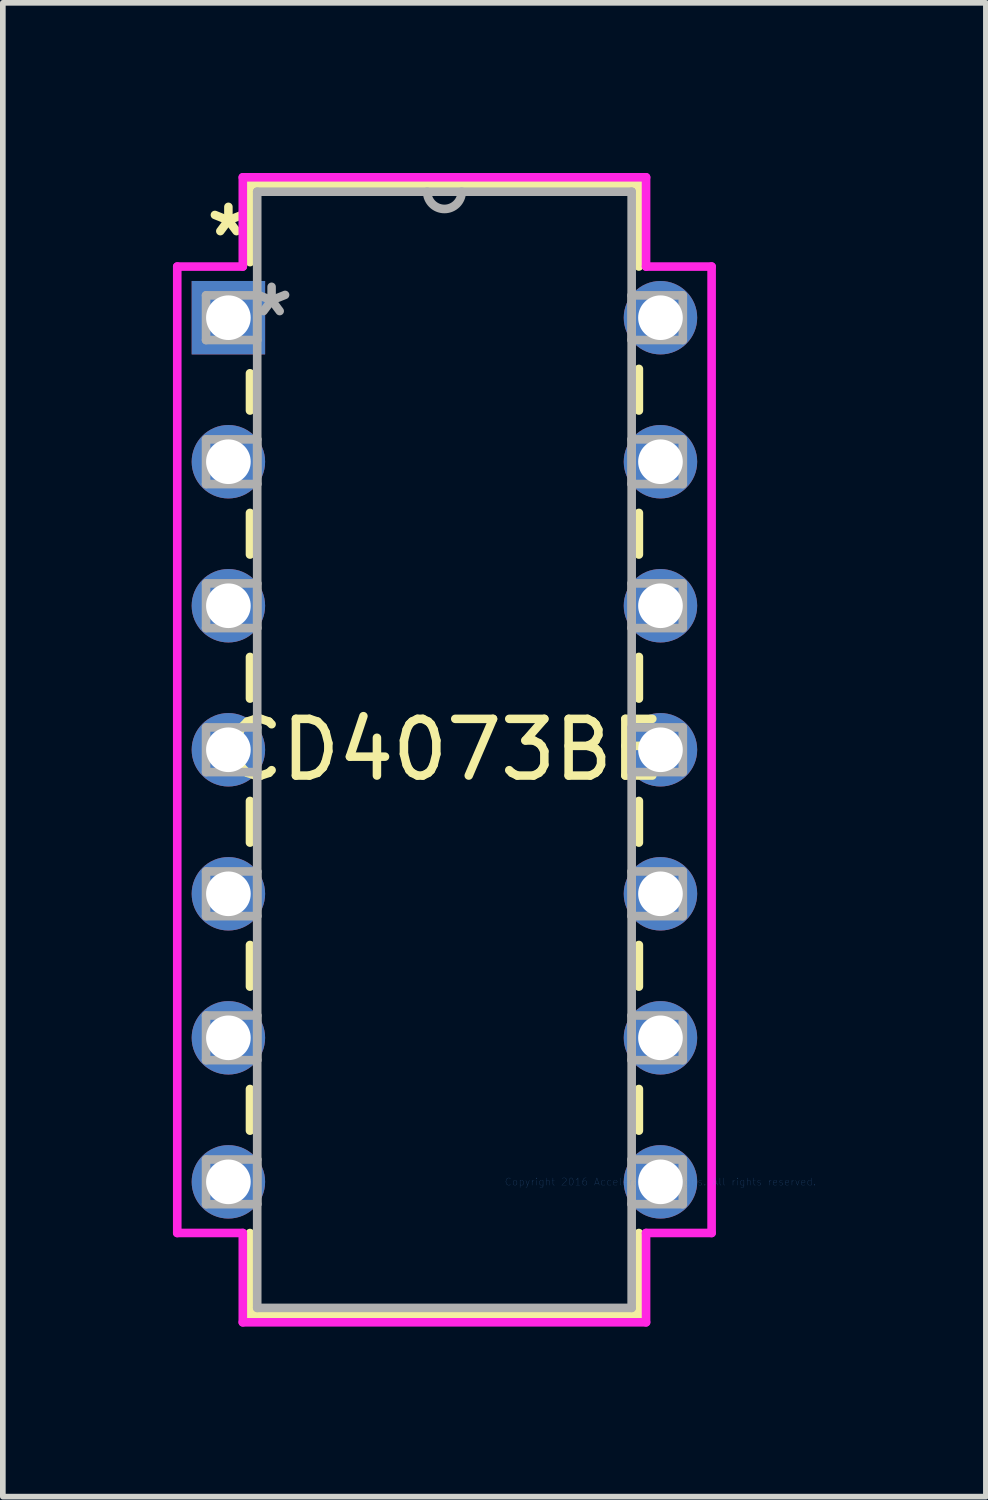
<source format=kicad_pcb>
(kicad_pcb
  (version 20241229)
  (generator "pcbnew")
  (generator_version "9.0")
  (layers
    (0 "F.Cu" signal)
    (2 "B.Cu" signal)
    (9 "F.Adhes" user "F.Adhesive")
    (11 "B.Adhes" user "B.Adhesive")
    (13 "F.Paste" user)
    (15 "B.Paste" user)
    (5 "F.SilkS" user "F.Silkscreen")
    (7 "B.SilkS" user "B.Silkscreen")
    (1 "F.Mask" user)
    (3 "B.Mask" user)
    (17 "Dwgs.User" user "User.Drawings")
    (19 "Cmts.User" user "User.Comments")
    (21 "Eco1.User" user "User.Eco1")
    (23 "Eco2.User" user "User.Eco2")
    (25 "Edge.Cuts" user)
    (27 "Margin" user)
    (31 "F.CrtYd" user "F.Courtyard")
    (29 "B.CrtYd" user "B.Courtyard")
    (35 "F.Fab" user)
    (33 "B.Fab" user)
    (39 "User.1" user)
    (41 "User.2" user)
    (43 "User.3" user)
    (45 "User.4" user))
  (footprint "CD4073BE"
    (layer "F.Cu")
    (at 8.598 17.793)
    (property "Reference" "CD4073BE" (at -3.81 -7.62 0) (layer "F.SilkS") (effects (font (size 1 1) (thickness 0.15))))
    (attr through_hole)
    (fp_line (start -7.239 -17.59) (end -7.239 -16.22) (stroke (width 0.152) (type solid)) (layer "F.SilkS"))
    (fp_line (start -7.239 -14.26) (end -7.239 -13.603) (stroke (width 0.152) (type solid)) (layer "F.SilkS"))
    (fp_line (start -7.239 -11.797) (end -7.239 -11.063) (stroke (width 0.152) (type solid)) (layer "F.SilkS"))
    (fp_line (start -7.239 -9.257) (end -7.239 -8.523) (stroke (width 0.152) (type solid)) (layer "F.SilkS"))
    (fp_line (start -7.239 -6.717) (end -7.239 -5.983) (stroke (width 0.152) (type solid)) (layer "F.SilkS"))
    (fp_line (start -7.239 -4.177) (end -7.239 -3.443) (stroke (width 0.152) (type solid)) (layer "F.SilkS"))
    (fp_line (start -7.239 -1.637) (end -7.239 -0.903) (stroke (width 0.152) (type solid)) (layer "F.SilkS"))
    (fp_line (start -7.239 0.903) (end -7.239 2.349) (stroke (width 0.152) (type solid)) (layer "F.SilkS"))
    (fp_line (start -7.239 2.349) (end -0.381 2.349) (stroke (width 0.152) (type solid)) (layer "F.SilkS"))
    (fp_line (start -0.381 -17.59) (end -7.239 -17.59) (stroke (width 0.152) (type solid)) (layer "F.SilkS"))
    (fp_line (start -0.381 -16.143) (end -0.381 -17.59) (stroke (width 0.152) (type solid)) (layer "F.SilkS"))
    (fp_line (start -0.381 -13.603) (end -0.381 -14.337) (stroke (width 0.152) (type solid)) (layer "F.SilkS"))
    (fp_line (start -0.381 -11.063) (end -0.381 -11.797) (stroke (width 0.152) (type solid)) (layer "F.SilkS"))
    (fp_line (start -0.381 -8.523) (end -0.381 -9.257) (stroke (width 0.152) (type solid)) (layer "F.SilkS"))
    (fp_line (start -0.381 -5.983) (end -0.381 -6.717) (stroke (width 0.152) (type solid)) (layer "F.SilkS"))
    (fp_line (start -0.381 -3.443) (end -0.381 -4.177) (stroke (width 0.152) (type solid)) (layer "F.SilkS"))
    (fp_line (start -0.381 -0.903) (end -0.381 -1.637) (stroke (width 0.152) (type solid)) (layer "F.SilkS"))
    (fp_line (start -0.381 2.349) (end -0.381 0.903) (stroke (width 0.152) (type solid)) (layer "F.SilkS"))
    (fp_line (start -8.522 -16.142) (end -8.522 0.902) (stroke (width 0.152) (type solid)) (layer "F.CrtYd"))
    (fp_line (start -8.522 0.902) (end -7.366 0.902) (stroke (width 0.152) (type solid)) (layer "F.CrtYd"))
    (fp_line (start -7.366 -17.716) (end -7.366 -16.142) (stroke (width 0.152) (type solid)) (layer "F.CrtYd"))
    (fp_line (start -7.366 -16.142) (end -8.522 -16.142) (stroke (width 0.152) (type solid)) (layer "F.CrtYd"))
    (fp_line (start -7.366 0.902) (end -7.366 2.477) (stroke (width 0.152) (type solid)) (layer "F.CrtYd"))
    (fp_line (start -7.366 2.477) (end -0.254 2.477) (stroke (width 0.152) (type solid)) (layer "F.CrtYd"))
    (fp_line (start -0.254 -17.716) (end -7.366 -17.716) (stroke (width 0.152) (type solid)) (layer "F.CrtYd"))
    (fp_line (start -0.254 -16.142) (end -0.254 -17.716) (stroke (width 0.152) (type solid)) (layer "F.CrtYd"))
    (fp_line (start -0.254 0.902) (end 0.902 0.902) (stroke (width 0.152) (type solid)) (layer "F.CrtYd"))
    (fp_line (start -0.254 2.477) (end -0.254 0.902) (stroke (width 0.152) (type solid)) (layer "F.CrtYd"))
    (fp_line (start 0.902 -16.142) (end -0.254 -16.142) (stroke (width 0.152) (type solid)) (layer "F.CrtYd"))
    (fp_line (start 0.902 0.902) (end 0.902 -16.142) (stroke (width 0.152) (type solid)) (layer "F.CrtYd"))
    (fp_line (start -8.014 -15.634) (end -8.014 -14.846) (stroke (width 0.152) (type solid)) (layer "F.Fab"))
    (fp_line (start -8.014 -14.846) (end -7.112 -14.846) (stroke (width 0.152) (type solid)) (layer "F.Fab"))
    (fp_line (start -8.014 -13.094) (end -8.014 -12.306) (stroke (width 0.152) (type solid)) (layer "F.Fab"))
    (fp_line (start -8.014 -12.306) (end -7.112 -12.306) (stroke (width 0.152) (type solid)) (layer "F.Fab"))
    (fp_line (start -8.014 -10.554) (end -8.014 -9.766) (stroke (width 0.152) (type solid)) (layer "F.Fab"))
    (fp_line (start -8.014 -9.766) (end -7.112 -9.766) (stroke (width 0.152) (type solid)) (layer "F.Fab"))
    (fp_line (start -8.014 -8.014) (end -8.014 -7.226) (stroke (width 0.152) (type solid)) (layer "F.Fab"))
    (fp_line (start -8.014 -7.226) (end -7.112 -7.226) (stroke (width 0.152) (type solid)) (layer "F.Fab"))
    (fp_line (start -8.014 -5.474) (end -8.014 -4.686) (stroke (width 0.152) (type solid)) (layer "F.Fab"))
    (fp_line (start -8.014 -4.686) (end -7.112 -4.686) (stroke (width 0.152) (type solid)) (layer "F.Fab"))
    (fp_line (start -8.014 -2.934) (end -8.014 -2.146) (stroke (width 0.152) (type solid)) (layer "F.Fab"))
    (fp_line (start -8.014 -2.146) (end -7.112 -2.146) (stroke (width 0.152) (type solid)) (layer "F.Fab"))
    (fp_line (start -8.014 -0.394) (end -8.014 0.394) (stroke (width 0.152) (type solid)) (layer "F.Fab"))
    (fp_line (start -8.014 0.394) (end -7.112 0.394) (stroke (width 0.152) (type solid)) (layer "F.Fab"))
    (fp_line (start -7.112 -17.462) (end -7.112 2.223) (stroke (width 0.152) (type solid)) (layer "F.Fab"))
    (fp_line (start -7.112 -15.634) (end -8.014 -15.634) (stroke (width 0.152) (type solid)) (layer "F.Fab"))
    (fp_line (start -7.112 -14.846) (end -7.112 -15.634) (stroke (width 0.152) (type solid)) (layer "F.Fab"))
    (fp_line (start -7.112 -13.094) (end -8.014 -13.094) (stroke (width 0.152) (type solid)) (layer "F.Fab"))
    (fp_line (start -7.112 -12.306) (end -7.112 -13.094) (stroke (width 0.152) (type solid)) (layer "F.Fab"))
    (fp_line (start -7.112 -10.554) (end -8.014 -10.554) (stroke (width 0.152) (type solid)) (layer "F.Fab"))
    (fp_line (start -7.112 -9.766) (end -7.112 -10.554) (stroke (width 0.152) (type solid)) (layer "F.Fab"))
    (fp_line (start -7.112 -8.014) (end -8.014 -8.014) (stroke (width 0.152) (type solid)) (layer "F.Fab"))
    (fp_line (start -7.112 -7.226) (end -7.112 -8.014) (stroke (width 0.152) (type solid)) (layer "F.Fab"))
    (fp_line (start -7.112 -5.474) (end -8.014 -5.474) (stroke (width 0.152) (type solid)) (layer "F.Fab"))
    (fp_line (start -7.112 -4.686) (end -7.112 -5.474) (stroke (width 0.152) (type solid)) (layer "F.Fab"))
    (fp_line (start -7.112 -2.934) (end -8.014 -2.934) (stroke (width 0.152) (type solid)) (layer "F.Fab"))
    (fp_line (start -7.112 -2.146) (end -7.112 -2.934) (stroke (width 0.152) (type solid)) (layer "F.Fab"))
    (fp_line (start -7.112 -0.394) (end -8.014 -0.394) (stroke (width 0.152) (type solid)) (layer "F.Fab"))
    (fp_line (start -7.112 0.394) (end -7.112 -0.394) (stroke (width 0.152) (type solid)) (layer "F.Fab"))
    (fp_line (start -7.112 2.223) (end -0.508 2.223) (stroke (width 0.152) (type solid)) (layer "F.Fab"))
    (fp_line (start -0.508 -17.462) (end -7.112 -17.462) (stroke (width 0.152) (type solid)) (layer "F.Fab"))
    (fp_line (start -0.508 -15.634) (end -0.508 -14.846) (stroke (width 0.152) (type solid)) (layer "F.Fab"))
    (fp_line (start -0.508 -14.846) (end 0.394 -14.846) (stroke (width 0.152) (type solid)) (layer "F.Fab"))
    (fp_line (start -0.508 -13.094) (end -0.508 -12.306) (stroke (width 0.152) (type solid)) (layer "F.Fab"))
    (fp_line (start -0.508 -12.306) (end 0.394 -12.306) (stroke (width 0.152) (type solid)) (layer "F.Fab"))
    (fp_line (start -0.508 -10.554) (end -0.508 -9.766) (stroke (width 0.152) (type solid)) (layer "F.Fab"))
    (fp_line (start -0.508 -9.766) (end 0.394 -9.766) (stroke (width 0.152) (type solid)) (layer "F.Fab"))
    (fp_line (start -0.508 -8.014) (end -0.508 -7.226) (stroke (width 0.152) (type solid)) (layer "F.Fab"))
    (fp_line (start -0.508 -7.226) (end 0.394 -7.226) (stroke (width 0.152) (type solid)) (layer "F.Fab"))
    (fp_line (start -0.508 -5.474) (end -0.508 -4.686) (stroke (width 0.152) (type solid)) (layer "F.Fab"))
    (fp_line (start -0.508 -4.686) (end 0.394 -4.686) (stroke (width 0.152) (type solid)) (layer "F.Fab"))
    (fp_line (start -0.508 -2.934) (end -0.508 -2.146) (stroke (width 0.152) (type solid)) (layer "F.Fab"))
    (fp_line (start -0.508 -2.146) (end 0.394 -2.146) (stroke (width 0.152) (type solid)) (layer "F.Fab"))
    (fp_line (start -0.508 -0.394) (end -0.508 0.394) (stroke (width 0.152) (type solid)) (layer "F.Fab"))
    (fp_line (start -0.508 0.394) (end 0.394 0.394) (stroke (width 0.152) (type solid)) (layer "F.Fab"))
    (fp_line (start -0.508 2.223) (end -0.508 -17.462) (stroke (width 0.152) (type solid)) (layer "F.Fab"))
    (fp_line (start 0.394 -15.634) (end -0.508 -15.634) (stroke (width 0.152) (type solid)) (layer "F.Fab"))
    (fp_line (start 0.394 -14.846) (end 0.394 -15.634) (stroke (width 0.152) (type solid)) (layer "F.Fab"))
    (fp_line (start 0.394 -13.094) (end -0.508 -13.094) (stroke (width 0.152) (type solid)) (layer "F.Fab"))
    (fp_line (start 0.394 -12.306) (end 0.394 -13.094) (stroke (width 0.152) (type solid)) (layer "F.Fab"))
    (fp_line (start 0.394 -10.554) (end -0.508 -10.554) (stroke (width 0.152) (type solid)) (layer "F.Fab"))
    (fp_line (start 0.394 -9.766) (end 0.394 -10.554) (stroke (width 0.152) (type solid)) (layer "F.Fab"))
    (fp_line (start 0.394 -8.014) (end -0.508 -8.014) (stroke (width 0.152) (type solid)) (layer "F.Fab"))
    (fp_line (start 0.394 -7.226) (end 0.394 -8.014) (stroke (width 0.152) (type solid)) (layer "F.Fab"))
    (fp_line (start 0.394 -5.474) (end -0.508 -5.474) (stroke (width 0.152) (type solid)) (layer "F.Fab"))
    (fp_line (start 0.394 -4.686) (end 0.394 -5.474) (stroke (width 0.152) (type solid)) (layer "F.Fab"))
    (fp_line (start 0.394 -2.934) (end -0.508 -2.934) (stroke (width 0.152) (type solid)) (layer "F.Fab"))
    (fp_line (start 0.394 -2.146) (end 0.394 -2.934) (stroke (width 0.152) (type solid)) (layer "F.Fab"))
    (fp_line (start 0.394 -0.394) (end -0.508 -0.394) (stroke (width 0.152) (type solid)) (layer "F.Fab"))
    (fp_line (start 0.394 0.394) (end 0.394 -0.394) (stroke (width 0.152) (type solid)) (layer "F.Fab"))
    (fp_arc (start -3.5052 -17.4625) (mid -3.81 -17.1577) (end -4.1148 -17.4625) (stroke (width 0.1524) (type solid)) (layer "F.Fab"))
    (fp_text user "*" (at -7.62 -16.65 0) (layer "F.SilkS") (effects (font (size 1 1) (thickness 0.15))))
    (fp_text user "Copyright 2016 Accelerated Designs. All rights reserved." (at 0 0 0) (layer "Cmts.User") (effects (font (size 0.127 0.127) (thickness 0.002))))
    (fp_text user "*" (at -6.858 -15.24 0) (layer "F.Fab") (effects (font (size 1 1) (thickness 0.15))))
    (pad "1" thru_hole rect (at -7.62 -15.24) (size 1.295 1.295) (drill 0.787) (layers "*.Cu" "*.Mask"))
    (pad "2" thru_hole circle (at -7.62 -12.7) (size 1.295 1.295) (drill 0.787) (layers "*.Cu" "*.Mask"))
    (pad "3" thru_hole circle (at -7.62 -10.16) (size 1.295 1.295) (drill 0.787) (layers "*.Cu" "*.Mask"))
    (pad "4" thru_hole circle (at -7.62 -7.62) (size 1.295 1.295) (drill 0.787) (layers "*.Cu" "*.Mask"))
    (pad "5" thru_hole circle (at -7.62 -5.08) (size 1.295 1.295) (drill 0.787) (layers "*.Cu" "*.Mask"))
    (pad "6" thru_hole circle (at -7.62 -2.54) (size 1.295 1.295) (drill 0.787) (layers "*.Cu" "*.Mask"))
    (pad "7" thru_hole circle (at -7.62 0) (size 1.295 1.295) (drill 0.787) (layers "*.Cu" "*.Mask"))
    (pad "8" thru_hole circle (at 0 0) (size 1.295 1.295) (drill 0.787) (layers "*.Cu" "*.Mask"))
    (pad "9" thru_hole circle (at 0 -2.54) (size 1.295 1.295) (drill 0.787) (layers "*.Cu" "*.Mask"))
    (pad "10" thru_hole circle (at 0 -5.08) (size 1.295 1.295) (drill 0.787) (layers "*.Cu" "*.Mask"))
    (pad "11" thru_hole circle (at 0 -7.62) (size 1.295 1.295) (drill 0.787) (layers "*.Cu" "*.Mask"))
    (pad "12" thru_hole circle (at 0 -10.16) (size 1.295 1.295) (drill 0.787) (layers "*.Cu" "*.Mask"))
    (pad "13" thru_hole circle (at 0 -12.7) (size 1.295 1.295) (drill 0.787) (layers "*.Cu" "*.Mask"))
    (pad "14" thru_hole circle (at 0 -15.24) (size 1.295 1.295) (drill 0.787) (layers "*.Cu" "*.Mask")))
  (gr_rect
    (start -3 -3)
    (end 14.337 23.345)
    (stroke (width 0.1) (type default))
    (fill no)
    (layer "Edge.Cuts")))
</source>
